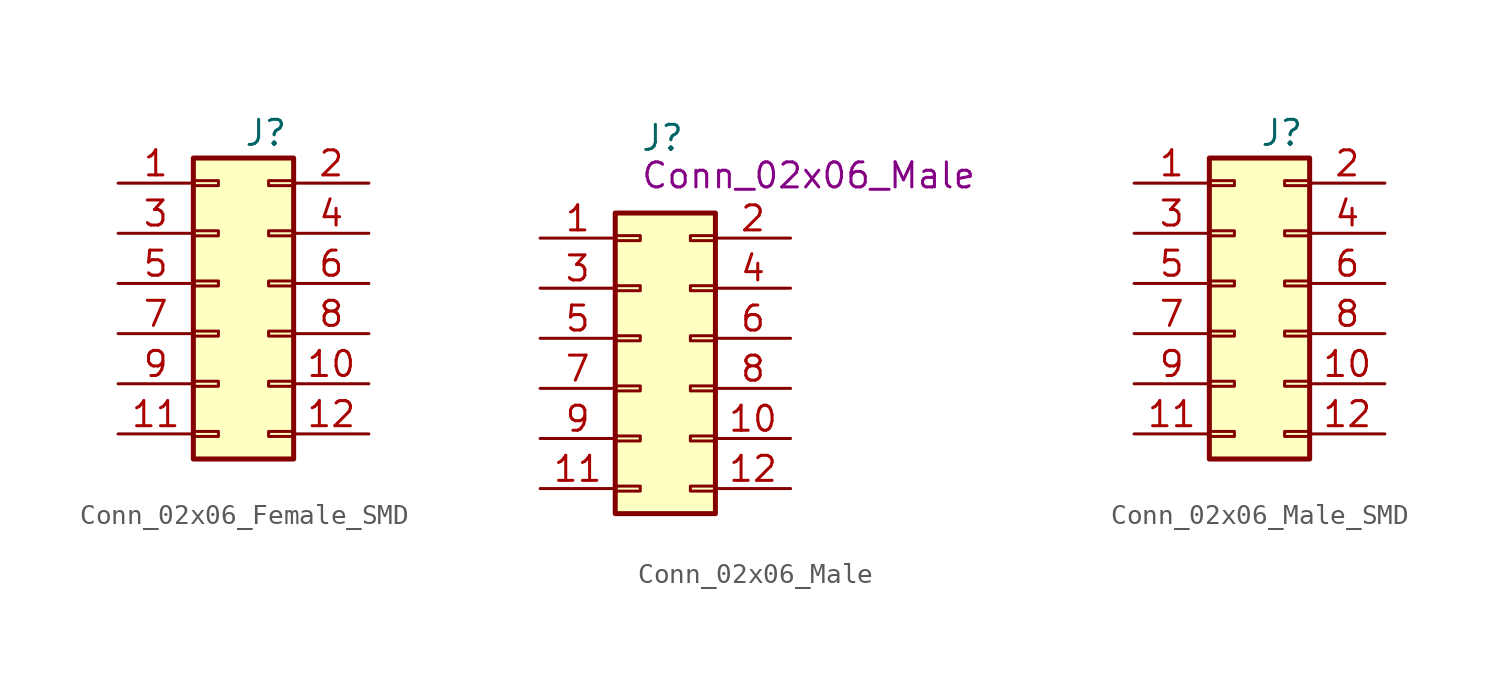
<source format=kicad_sym>
(kicad_symbol_lib
  (version 20211014)
  (generator kicad_symbol_editor)
  (symbol "Conn_02x06_Female_SMD"
    (pin_names
      (offset 1.016) hide)
    (property "Reference" "J"
      (at 1.27 7.62 0)
      (effects (font (size 1.27 1.27)) (justify left)))
    (property "Symbol" ""
      (at 0 0 0)
      (effects (font (size 1.27 1.27)) (justify left)))
    (symbol "Conn_02x06_Female_SMD_1_1"
      (rectangle (start -1.27 -7.493) (end 0 -7.747) (stroke (width 0.152) (type default) (color 0 0 0 0)) (fill (type none)))
      (rectangle (start -1.27 -4.953) (end 0 -5.207) (stroke (width 0.152) (type default) (color 0 0 0 0)) (fill (type none)))
      (rectangle (start -1.27 -2.413) (end 0 -2.667) (stroke (width 0.152) (type default) (color 0 0 0 0)) (fill (type none)))
      (rectangle (start -1.27 0.127) (end 0 -0.127) (stroke (width 0.152) (type default) (color 0 0 0 0)) (fill (type none)))
      (rectangle (start -1.27 2.667) (end 0 2.413) (stroke (width 0.152) (type default) (color 0 0 0 0)) (fill (type none)))
      (rectangle (start -1.27 5.207) (end 0 4.953) (stroke (width 0.152) (type default) (color 0 0 0 0)) (fill (type none)))
      (rectangle (start -1.27 6.35) (end 3.81 -8.89) (stroke (width 0.254) (type default) (color 0 0 0 0)) (fill (type background)))
      (rectangle (start 3.81 -7.493) (end 2.54 -7.747) (stroke (width 0.152) (type default) (color 0 0 0 0)) (fill (type none)))
      (rectangle (start 3.81 -4.953) (end 2.54 -5.207) (stroke (width 0.152) (type default) (color 0 0 0 0)) (fill (type none)))
      (rectangle (start 3.81 -2.413) (end 2.54 -2.667) (stroke (width 0.152) (type default) (color 0 0 0 0)) (fill (type none)))
      (rectangle (start 3.81 0.127) (end 2.54 -0.127) (stroke (width 0.152) (type default) (color 0 0 0 0)) (fill (type none)))
      (rectangle (start 3.81 2.667) (end 2.54 2.413) (stroke (width 0.152) (type default) (color 0 0 0 0)) (fill (type none)))
      (rectangle (start 3.81 5.207) (end 2.54 4.953) (stroke (width 0.152) (type default) (color 0 0 0 0)) (fill (type none)))
      (pin passive line (at -5.08 5.08 0) (length 3.81) (name "Pin_1" (effects (font (size 1.27 1.27)))) (number "1" (effects (font (size 1.27 1.27)))))
      (pin passive line (at 7.62 -5.08 180) (length 3.81) (name "Pin_10" (effects (font (size 1.27 1.27)))) (number "10" (effects (font (size 1.27 1.27)))))
      (pin passive line (at -5.08 -7.62 0) (length 3.81) (name "Pin_11" (effects (font (size 1.27 1.27)))) (number "11" (effects (font (size 1.27 1.27)))))
      (pin passive line (at 7.62 -7.62 180) (length 3.81) (name "Pin_12" (effects (font (size 1.27 1.27)))) (number "12" (effects (font (size 1.27 1.27)))))
      (pin passive line (at 7.62 5.08 180) (length 3.81) (name "Pin_2" (effects (font (size 1.27 1.27)))) (number "2" (effects (font (size 1.27 1.27)))))
      (pin passive line (at -5.08 2.54 0) (length 3.81) (name "Pin_3" (effects (font (size 1.27 1.27)))) (number "3" (effects (font (size 1.27 1.27)))))
      (pin passive line (at 7.62 2.54 180) (length 3.81) (name "Pin_4" (effects (font (size 1.27 1.27)))) (number "4" (effects (font (size 1.27 1.27)))))
      (pin passive line (at -5.08 0 0) (length 3.81) (name "Pin_5" (effects (font (size 1.27 1.27)))) (number "5" (effects (font (size 1.27 1.27)))))
      (pin passive line (at 7.62 0 180) (length 3.81) (name "Pin_6" (effects (font (size 1.27 1.27)))) (number "6" (effects (font (size 1.27 1.27)))))
      (pin passive line (at -5.08 -2.54 0) (length 3.81) (name "Pin_7" (effects (font (size 1.27 1.27)))) (number "7" (effects (font (size 1.27 1.27)))))
      (pin passive line (at 7.62 -2.54 180) (length 3.81) (name "Pin_8" (effects (font (size 1.27 1.27)))) (number "8" (effects (font (size 1.27 1.27)))))
      (pin passive line (at -5.08 -5.08 0) (length 3.81) (name "Pin_9" (effects (font (size 1.27 1.27)))) (number "9" (effects (font (size 1.27 1.27)))))))
  (symbol "Conn_02x06_Male"
    (pin_names
      (offset 1.016) hide)
    (property "Reference" "J"
      (at 0 10.16 0)
      (effects (font (size 1.27 1.27)) (justify left)))
    (property "Symbol" "Conn_02x06_Male"
      (at 0 8.255 0)
      (effects (font (size 1.27 1.27)) (justify left)))
    (symbol "Conn_02x06_Male_1_1"
      (rectangle (start -1.27 -7.493) (end 0 -7.747) (stroke (width 0.152) (type default) (color 0 0 0 0)) (fill (type none)))
      (rectangle (start -1.27 -4.953) (end 0 -5.207) (stroke (width 0.152) (type default) (color 0 0 0 0)) (fill (type none)))
      (rectangle (start -1.27 -2.413) (end 0 -2.667) (stroke (width 0.152) (type default) (color 0 0 0 0)) (fill (type none)))
      (rectangle (start -1.27 0.127) (end 0 -0.127) (stroke (width 0.152) (type default) (color 0 0 0 0)) (fill (type none)))
      (rectangle (start -1.27 2.667) (end 0 2.413) (stroke (width 0.152) (type default) (color 0 0 0 0)) (fill (type none)))
      (rectangle (start -1.27 5.207) (end 0 4.953) (stroke (width 0.152) (type default) (color 0 0 0 0)) (fill (type none)))
      (rectangle (start -1.27 6.35) (end 3.81 -8.89) (stroke (width 0.254) (type default) (color 0 0 0 0)) (fill (type background)))
      (rectangle (start 3.81 -7.493) (end 2.54 -7.747) (stroke (width 0.152) (type default) (color 0 0 0 0)) (fill (type none)))
      (rectangle (start 3.81 -4.953) (end 2.54 -5.207) (stroke (width 0.152) (type default) (color 0 0 0 0)) (fill (type none)))
      (rectangle (start 3.81 -2.413) (end 2.54 -2.667) (stroke (width 0.152) (type default) (color 0 0 0 0)) (fill (type none)))
      (rectangle (start 3.81 0.127) (end 2.54 -0.127) (stroke (width 0.152) (type default) (color 0 0 0 0)) (fill (type none)))
      (rectangle (start 3.81 2.667) (end 2.54 2.413) (stroke (width 0.152) (type default) (color 0 0 0 0)) (fill (type none)))
      (rectangle (start 3.81 5.207) (end 2.54 4.953) (stroke (width 0.152) (type default) (color 0 0 0 0)) (fill (type none)))
      (pin passive line (at -5.08 5.08 0) (length 3.81) (name "Pin_1" (effects (font (size 1.27 1.27)))) (number "1" (effects (font (size 1.27 1.27)))))
      (pin passive line (at 7.62 -5.08 180) (length 3.81) (name "Pin_10" (effects (font (size 1.27 1.27)))) (number "10" (effects (font (size 1.27 1.27)))))
      (pin passive line (at -5.08 -7.62 0) (length 3.81) (name "Pin_11" (effects (font (size 1.27 1.27)))) (number "11" (effects (font (size 1.27 1.27)))))
      (pin passive line (at 7.62 -7.62 180) (length 3.81) (name "Pin_12" (effects (font (size 1.27 1.27)))) (number "12" (effects (font (size 1.27 1.27)))))
      (pin passive line (at 7.62 5.08 180) (length 3.81) (name "Pin_2" (effects (font (size 1.27 1.27)))) (number "2" (effects (font (size 1.27 1.27)))))
      (pin passive line (at -5.08 2.54 0) (length 3.81) (name "Pin_3" (effects (font (size 1.27 1.27)))) (number "3" (effects (font (size 1.27 1.27)))))
      (pin passive line (at 7.62 2.54 180) (length 3.81) (name "Pin_4" (effects (font (size 1.27 1.27)))) (number "4" (effects (font (size 1.27 1.27)))))
      (pin passive line (at -5.08 0 0) (length 3.81) (name "Pin_5" (effects (font (size 1.27 1.27)))) (number "5" (effects (font (size 1.27 1.27)))))
      (pin passive line (at 7.62 0 180) (length 3.81) (name "Pin_6" (effects (font (size 1.27 1.27)))) (number "6" (effects (font (size 1.27 1.27)))))
      (pin passive line (at -5.08 -2.54 0) (length 3.81) (name "Pin_7" (effects (font (size 1.27 1.27)))) (number "7" (effects (font (size 1.27 1.27)))))
      (pin passive line (at 7.62 -2.54 180) (length 3.81) (name "Pin_8" (effects (font (size 1.27 1.27)))) (number "8" (effects (font (size 1.27 1.27)))))
      (pin passive line (at -5.08 -5.08 0) (length 3.81) (name "Pin_9" (effects (font (size 1.27 1.27)))) (number "9" (effects (font (size 1.27 1.27)))))))
  (symbol "Conn_02x06_Male_SMD"
    (pin_names
      (offset 1.016) hide)
    (property "Reference" "J"
      (at 1.27 7.62 0)
      (effects (font (size 1.27 1.27)) (justify left)))
    (property "Symbol" ""
      (at 0 0 0)
      (effects (font (size 1.27 1.27)) (justify left)))
    (symbol "Conn_02x06_Male_SMD_1_1"
      (rectangle (start -1.27 -7.493) (end 0 -7.747) (stroke (width 0.152) (type default) (color 0 0 0 0)) (fill (type none)))
      (rectangle (start -1.27 -4.953) (end 0 -5.207) (stroke (width 0.152) (type default) (color 0 0 0 0)) (fill (type none)))
      (rectangle (start -1.27 -2.413) (end 0 -2.667) (stroke (width 0.152) (type default) (color 0 0 0 0)) (fill (type none)))
      (rectangle (start -1.27 0.127) (end 0 -0.127) (stroke (width 0.152) (type default) (color 0 0 0 0)) (fill (type none)))
      (rectangle (start -1.27 2.667) (end 0 2.413) (stroke (width 0.152) (type default) (color 0 0 0 0)) (fill (type none)))
      (rectangle (start -1.27 5.207) (end 0 4.953) (stroke (width 0.152) (type default) (color 0 0 0 0)) (fill (type none)))
      (rectangle (start -1.27 6.35) (end 3.81 -8.89) (stroke (width 0.254) (type default) (color 0 0 0 0)) (fill (type background)))
      (rectangle (start 3.81 -7.493) (end 2.54 -7.747) (stroke (width 0.152) (type default) (color 0 0 0 0)) (fill (type none)))
      (rectangle (start 3.81 -4.953) (end 2.54 -5.207) (stroke (width 0.152) (type default) (color 0 0 0 0)) (fill (type none)))
      (rectangle (start 3.81 -2.413) (end 2.54 -2.667) (stroke (width 0.152) (type default) (color 0 0 0 0)) (fill (type none)))
      (rectangle (start 3.81 0.127) (end 2.54 -0.127) (stroke (width 0.152) (type default) (color 0 0 0 0)) (fill (type none)))
      (rectangle (start 3.81 2.667) (end 2.54 2.413) (stroke (width 0.152) (type default) (color 0 0 0 0)) (fill (type none)))
      (rectangle (start 3.81 5.207) (end 2.54 4.953) (stroke (width 0.152) (type default) (color 0 0 0 0)) (fill (type none)))
      (pin passive line (at -5.08 5.08 0) (length 3.81) (name "Pin_1" (effects (font (size 1.27 1.27)))) (number "1" (effects (font (size 1.27 1.27)))))
      (pin passive line (at 7.62 -5.08 180) (length 3.81) (name "Pin_10" (effects (font (size 1.27 1.27)))) (number "10" (effects (font (size 1.27 1.27)))))
      (pin passive line (at -5.08 -7.62 0) (length 3.81) (name "Pin_11" (effects (font (size 1.27 1.27)))) (number "11" (effects (font (size 1.27 1.27)))))
      (pin passive line (at 7.62 -7.62 180) (length 3.81) (name "Pin_12" (effects (font (size 1.27 1.27)))) (number "12" (effects (font (size 1.27 1.27)))))
      (pin passive line (at 7.62 5.08 180) (length 3.81) (name "Pin_2" (effects (font (size 1.27 1.27)))) (number "2" (effects (font (size 1.27 1.27)))))
      (pin passive line (at -5.08 2.54 0) (length 3.81) (name "Pin_3" (effects (font (size 1.27 1.27)))) (number "3" (effects (font (size 1.27 1.27)))))
      (pin passive line (at 7.62 2.54 180) (length 3.81) (name "Pin_4" (effects (font (size 1.27 1.27)))) (number "4" (effects (font (size 1.27 1.27)))))
      (pin passive line (at -5.08 0 0) (length 3.81) (name "Pin_5" (effects (font (size 1.27 1.27)))) (number "5" (effects (font (size 1.27 1.27)))))
      (pin passive line (at 7.62 0 180) (length 3.81) (name "Pin_6" (effects (font (size 1.27 1.27)))) (number "6" (effects (font (size 1.27 1.27)))))
      (pin passive line (at -5.08 -2.54 0) (length 3.81) (name "Pin_7" (effects (font (size 1.27 1.27)))) (number "7" (effects (font (size 1.27 1.27)))))
      (pin passive line (at 7.62 -2.54 180) (length 3.81) (name "Pin_8" (effects (font (size 1.27 1.27)))) (number "8" (effects (font (size 1.27 1.27)))))
      (pin passive line (at -5.08 -5.08 0) (length 3.81) (name "Pin_9" (effects (font (size 1.27 1.27)))) (number "9" (effects (font (size 1.27 1.27))))))))
</source>
